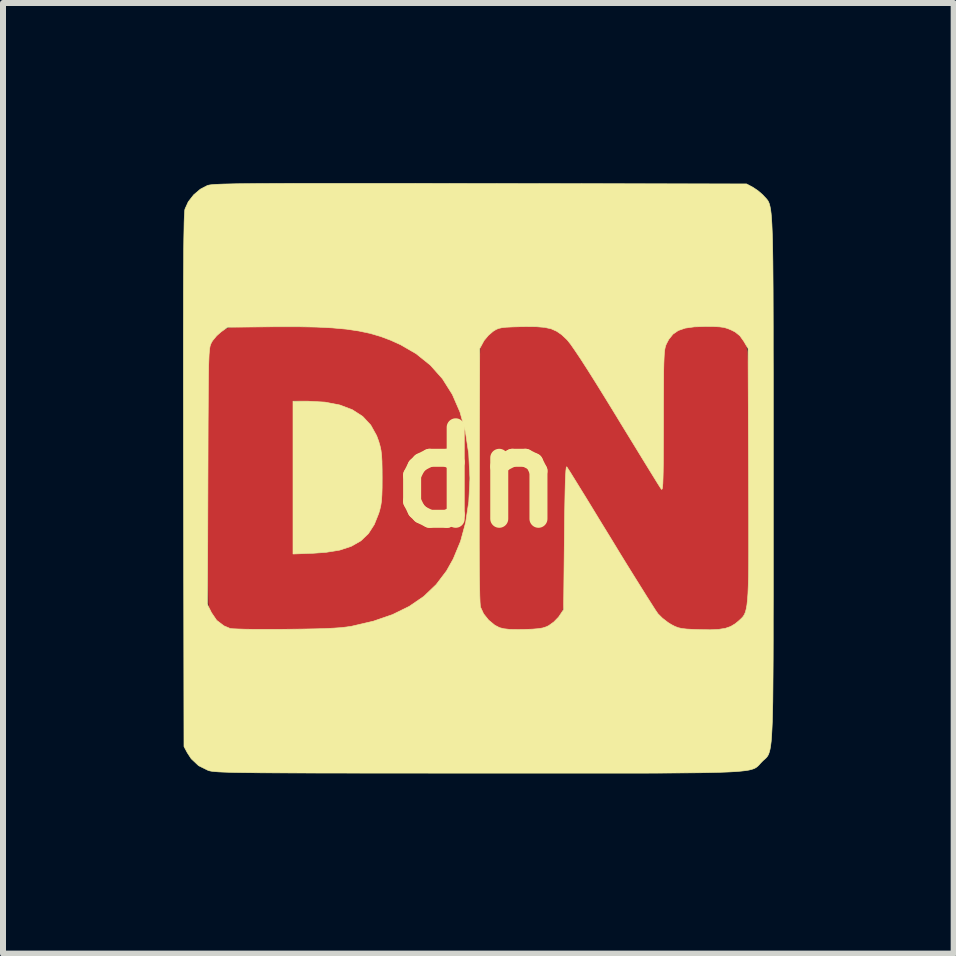
<source format=kicad_pcb>
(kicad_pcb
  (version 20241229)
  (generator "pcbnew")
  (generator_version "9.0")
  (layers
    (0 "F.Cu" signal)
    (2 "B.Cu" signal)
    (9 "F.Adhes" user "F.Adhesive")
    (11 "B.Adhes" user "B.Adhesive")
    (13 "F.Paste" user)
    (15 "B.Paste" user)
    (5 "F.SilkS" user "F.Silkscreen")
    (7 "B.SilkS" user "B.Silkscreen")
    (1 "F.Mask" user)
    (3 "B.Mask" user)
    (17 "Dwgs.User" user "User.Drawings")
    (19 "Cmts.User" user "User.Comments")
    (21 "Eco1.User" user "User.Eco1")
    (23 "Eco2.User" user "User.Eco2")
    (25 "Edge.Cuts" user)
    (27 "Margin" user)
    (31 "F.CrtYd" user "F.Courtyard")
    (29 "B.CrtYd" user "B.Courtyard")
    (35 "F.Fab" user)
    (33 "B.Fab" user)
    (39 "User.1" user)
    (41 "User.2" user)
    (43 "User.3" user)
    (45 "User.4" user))
  (footprint "dn"
    (layer "F.Cu")
    (at 4.904 4.903)
    (property "Reference" "dn" (at 0 0 0) (layer "F.SilkS") (effects (font (size 1.524 1.524) (thickness 0.3))))
    (attr through_hole)
    (fp_poly (pts (xy -3.451 -2.511) (xy -3.173 -2.508) (xy -3.124 -2.508) (xy -2.876 -2.505) (xy -2.673 -2.501) (xy -2.508 -2.497) (xy -2.374 -2.493) (xy -2.266 -2.487) (xy -2.177 -2.479) (xy -2.101 -2.47) (xy -2.031 -2.459) (xy -1.962 -2.444) (xy -1.948 -2.441) (xy -1.595 -2.345) (xy -1.285 -2.221) (xy -1.014 -2.068) (xy -0.782 -1.884) (xy -0.587 -1.667) (xy -0.426 -1.415) (xy -0.298 -1.127) (xy -0.201 -0.801) (xy -0.185 -0.732) (xy -0.163 -0.591) (xy -0.148 -0.412) (xy -0.139 -0.207) (xy -0.137 0.011) (xy -0.141 0.231) (xy -0.151 0.439) (xy -0.168 0.625) (xy -0.19 0.775) (xy -0.197 0.804) (xy -0.296 1.137) (xy -0.43 1.433) (xy -0.6 1.693) (xy -0.806 1.917) (xy -1.048 2.105) (xy -1.326 2.258) (xy -1.641 2.376) (xy -1.664 2.383) (xy -1.787 2.418) (xy -1.899 2.447) (xy -2.007 2.47) (xy -2.117 2.488) (xy -2.237 2.502) (xy -2.374 2.513) (xy -2.535 2.52) (xy -2.726 2.525) (xy -2.956 2.529) (xy -3.175 2.531) (xy -3.424 2.534) (xy -3.628 2.534) (xy -3.791 2.534) (xy -3.918 2.532) (xy -4.015 2.528) (xy -4.087 2.522) (xy -4.138 2.514) (xy -4.174 2.504) (xy -4.174 2.504) (xy -4.308 2.43) (xy -4.409 2.319) (xy -4.448 2.248) (xy -4.456 2.228) (xy -4.463 2.204) (xy -4.47 2.172) (xy -4.475 2.13) (xy -4.48 2.074) (xy -4.483 2.001) (xy -4.487 1.907) (xy -4.489 1.789) (xy -4.491 1.644) (xy -4.492 1.468) (xy -4.493 1.27) (xy -3.073 1.27) (xy -2.826 1.27) (xy -2.693 1.265) (xy -2.555 1.254) (xy -2.436 1.238) (xy -2.404 1.232) (xy -2.179 1.168) (xy -1.994 1.076) (xy -1.848 0.954) (xy -1.735 0.799) (xy -1.652 0.607) (xy -1.633 0.546) (xy -1.611 0.432) (xy -1.594 0.282) (xy -1.584 0.114) (xy -1.581 -0.058) (xy -1.586 -0.217) (xy -1.597 -0.334) (xy -1.645 -0.566) (xy -1.721 -0.761) (xy -1.827 -0.921) (xy -1.965 -1.048) (xy -2.139 -1.143) (xy -2.351 -1.21) (xy -2.604 -1.251) (xy -2.762 -1.262) (xy -3.073 -1.278) (xy -3.073 1.27) (xy -4.493 1.27) (xy -4.493 1.257) (xy -4.494 1.01) (xy -4.494 0.721) (xy -4.495 0.389) (xy -4.495 0.013) (xy -4.495 -0.367) (xy -4.494 -0.699) (xy -4.494 -0.987) (xy -4.493 -1.235) (xy -4.492 -1.445) (xy -4.491 -1.621) (xy -4.489 -1.766) (xy -4.487 -1.884) (xy -4.483 -1.978) (xy -4.48 -2.051) (xy -4.475 -2.107) (xy -4.47 -2.149) (xy -4.463 -2.18) (xy -4.456 -2.204) (xy -4.448 -2.224) (xy -4.367 -2.346) (xy -4.253 -2.442) (xy -4.145 -2.491) (xy -4.093 -2.499) (xy -3.999 -2.505) (xy -3.862 -2.509) (xy -3.68 -2.511) (xy -3.451 -2.511)) (stroke (width 0.01) (type solid)) (fill yes) (layer "F.Cu"))
    (fp_poly (pts (xy 0.838 -2.51) (xy 1.013 -2.504) (xy 1.147 -2.492) (xy 1.251 -2.472) (xy 1.334 -2.44) (xy 1.407 -2.394) (xy 1.48 -2.33) (xy 1.498 -2.312) (xy 1.528 -2.273) (xy 1.581 -2.196) (xy 1.656 -2.083) (xy 1.748 -1.94) (xy 1.856 -1.771) (xy 1.976 -1.58) (xy 2.106 -1.371) (xy 2.243 -1.149) (xy 2.324 -1.017) (xy 3.061 0.188) (xy 3.073 -0.966) (xy 3.076 -1.239) (xy 3.079 -1.465) (xy 3.082 -1.649) (xy 3.085 -1.798) (xy 3.089 -1.915) (xy 3.093 -2.005) (xy 3.098 -2.074) (xy 3.105 -2.125) (xy 3.114 -2.164) (xy 3.124 -2.195) (xy 3.137 -2.224) (xy 3.146 -2.243) (xy 3.226 -2.36) (xy 3.309 -2.434) (xy 3.354 -2.461) (xy 3.398 -2.481) (xy 3.451 -2.494) (xy 3.523 -2.502) (xy 3.626 -2.507) (xy 3.755 -2.51) (xy 3.936 -2.511) (xy 4.076 -2.503) (xy 4.184 -2.484) (xy 4.268 -2.452) (xy 4.338 -2.404) (xy 4.376 -2.368) (xy 4.401 -2.341) (xy 4.424 -2.316) (xy 4.443 -2.289) (xy 4.459 -2.256) (xy 4.473 -2.215) (xy 4.485 -2.161) (xy 4.495 -2.091) (xy 4.502 -2.003) (xy 4.509 -1.893) (xy 4.513 -1.757) (xy 4.516 -1.592) (xy 4.519 -1.395) (xy 4.52 -1.162) (xy 4.521 -0.89) (xy 4.521 -0.576) (xy 4.521 -0.216) (xy 4.521 -0.003) (xy 4.521 0.4) (xy 4.52 0.766) (xy 4.518 1.093) (xy 4.516 1.38) (xy 4.513 1.625) (xy 4.51 1.827) (xy 4.506 1.983) (xy 4.502 2.092) (xy 4.497 2.153) (xy 4.495 2.162) (xy 4.433 2.305) (xy 4.337 2.418) (xy 4.255 2.474) (xy 4.205 2.496) (xy 4.149 2.512) (xy 4.075 2.523) (xy 3.974 2.53) (xy 3.835 2.535) (xy 3.797 2.535) (xy 3.601 2.536) (xy 3.446 2.525) (xy 3.322 2.501) (xy 3.221 2.461) (xy 3.132 2.401) (xy 3.046 2.32) (xy 3.044 2.317) (xy 3.01 2.273) (xy 2.952 2.189) (xy 2.874 2.071) (xy 2.778 1.924) (xy 2.668 1.75) (xy 2.545 1.556) (xy 2.414 1.345) (xy 2.277 1.122) (xy 2.209 1.012) (xy 1.486 -0.173) (xy 1.473 0.974) (xy 1.469 1.248) (xy 1.466 1.476) (xy 1.463 1.663) (xy 1.459 1.814) (xy 1.455 1.932) (xy 1.45 2.024) (xy 1.444 2.094) (xy 1.437 2.146) (xy 1.428 2.185) (xy 1.418 2.216) (xy 1.413 2.229) (xy 1.338 2.349) (xy 1.232 2.447) (xy 1.112 2.509) (xy 1.099 2.513) (xy 1.025 2.525) (xy 0.916 2.533) (xy 0.786 2.537) (xy 0.65 2.536) (xy 0.523 2.531) (xy 0.419 2.522) (xy 0.362 2.512) (xy 0.267 2.464) (xy 0.173 2.384) (xy 0.096 2.288) (xy 0.054 2.197) (xy 0.048 2.155) (xy 0.043 2.073) (xy 0.039 1.949) (xy 0.035 1.782) (xy 0.032 1.571) (xy 0.03 1.315) (xy 0.028 1.013) (xy 0.027 0.662) (xy 0.026 0.263) (xy 0.026 -0.013) (xy 0.026 -0.39) (xy 0.026 -0.72) (xy 0.027 -1.006) (xy 0.028 -1.251) (xy 0.029 -1.459) (xy 0.03 -1.632) (xy 0.032 -1.776) (xy 0.035 -1.892) (xy 0.038 -1.984) (xy 0.042 -2.056) (xy 0.047 -2.111) (xy 0.052 -2.152) (xy 0.059 -2.183) (xy 0.066 -2.206) (xy 0.073 -2.224) (xy 0.154 -2.346) (xy 0.268 -2.441) (xy 0.376 -2.491) (xy 0.443 -2.502) (xy 0.552 -2.509) (xy 0.693 -2.512) (xy 0.838 -2.51)) (stroke (width 0.01) (type solid)) (fill yes) (layer "F.Cu"))
    (fp_poly (pts (xy -3.451 -2.511) (xy -3.173 -2.508) (xy -3.124 -2.508) (xy -2.876 -2.505) (xy -2.673 -2.501) (xy -2.508 -2.497) (xy -2.374 -2.493) (xy -2.266 -2.487) (xy -2.177 -2.479) (xy -2.101 -2.47) (xy -2.031 -2.459) (xy -1.962 -2.444) (xy -1.948 -2.441) (xy -1.595 -2.345) (xy -1.285 -2.221) (xy -1.014 -2.068) (xy -0.782 -1.884) (xy -0.587 -1.667) (xy -0.426 -1.415) (xy -0.298 -1.127) (xy -0.201 -0.801) (xy -0.185 -0.732) (xy -0.163 -0.591) (xy -0.148 -0.412) (xy -0.139 -0.207) (xy -0.137 0.011) (xy -0.141 0.231) (xy -0.151 0.439) (xy -0.168 0.625) (xy -0.19 0.775) (xy -0.197 0.804) (xy -0.296 1.137) (xy -0.43 1.433) (xy -0.6 1.693) (xy -0.806 1.917) (xy -1.048 2.105) (xy -1.326 2.258) (xy -1.641 2.376) (xy -1.664 2.383) (xy -1.787 2.418) (xy -1.899 2.447) (xy -2.007 2.47) (xy -2.117 2.488) (xy -2.237 2.502) (xy -2.374 2.513) (xy -2.535 2.52) (xy -2.726 2.525) (xy -2.956 2.529) (xy -3.175 2.531) (xy -3.424 2.534) (xy -3.628 2.534) (xy -3.791 2.534) (xy -3.918 2.532) (xy -4.015 2.528) (xy -4.087 2.522) (xy -4.138 2.514) (xy -4.174 2.504) (xy -4.174 2.504) (xy -4.308 2.43) (xy -4.409 2.319) (xy -4.448 2.248) (xy -4.456 2.228) (xy -4.463 2.204) (xy -4.47 2.172) (xy -4.475 2.13) (xy -4.48 2.074) (xy -4.483 2.001) (xy -4.487 1.907) (xy -4.489 1.789) (xy -4.491 1.644) (xy -4.492 1.468) (xy -4.493 1.27) (xy -3.073 1.27) (xy -2.826 1.27) (xy -2.693 1.265) (xy -2.555 1.254) (xy -2.436 1.238) (xy -2.404 1.232) (xy -2.179 1.168) (xy -1.994 1.076) (xy -1.848 0.954) (xy -1.735 0.799) (xy -1.652 0.607) (xy -1.633 0.546) (xy -1.611 0.432) (xy -1.594 0.282) (xy -1.584 0.114) (xy -1.581 -0.058) (xy -1.586 -0.217) (xy -1.597 -0.334) (xy -1.645 -0.566) (xy -1.721 -0.761) (xy -1.827 -0.921) (xy -1.965 -1.048) (xy -2.139 -1.143) (xy -2.351 -1.21) (xy -2.604 -1.251) (xy -2.762 -1.262) (xy -3.073 -1.278) (xy -3.073 1.27) (xy -4.493 1.27) (xy -4.493 1.257) (xy -4.494 1.01) (xy -4.494 0.721) (xy -4.495 0.389) (xy -4.495 0.013) (xy -4.495 -0.367) (xy -4.494 -0.699) (xy -4.494 -0.987) (xy -4.493 -1.235) (xy -4.492 -1.445) (xy -4.491 -1.621) (xy -4.489 -1.766) (xy -4.487 -1.884) (xy -4.483 -1.978) (xy -4.48 -2.051) (xy -4.475 -2.107) (xy -4.47 -2.149) (xy -4.463 -2.18) (xy -4.456 -2.204) (xy -4.448 -2.224) (xy -4.367 -2.346) (xy -4.253 -2.442) (xy -4.145 -2.491) (xy -4.093 -2.499) (xy -3.999 -2.505) (xy -3.862 -2.509) (xy -3.68 -2.511) (xy -3.451 -2.511)) (stroke (width 0.01) (type solid)) (fill yes) (layer "F.Mask"))
    (fp_poly (pts (xy 0.838 -2.51) (xy 1.013 -2.504) (xy 1.147 -2.492) (xy 1.251 -2.472) (xy 1.334 -2.44) (xy 1.407 -2.394) (xy 1.48 -2.33) (xy 1.498 -2.312) (xy 1.528 -2.273) (xy 1.581 -2.196) (xy 1.656 -2.083) (xy 1.748 -1.94) (xy 1.856 -1.771) (xy 1.976 -1.58) (xy 2.106 -1.371) (xy 2.243 -1.149) (xy 2.324 -1.017) (xy 3.061 0.188) (xy 3.073 -0.966) (xy 3.076 -1.239) (xy 3.079 -1.465) (xy 3.082 -1.649) (xy 3.085 -1.798) (xy 3.089 -1.915) (xy 3.093 -2.005) (xy 3.098 -2.074) (xy 3.105 -2.125) (xy 3.114 -2.164) (xy 3.124 -2.195) (xy 3.137 -2.224) (xy 3.146 -2.243) (xy 3.226 -2.36) (xy 3.309 -2.434) (xy 3.354 -2.461) (xy 3.398 -2.481) (xy 3.451 -2.494) (xy 3.523 -2.502) (xy 3.626 -2.507) (xy 3.755 -2.51) (xy 3.936 -2.511) (xy 4.076 -2.503) (xy 4.184 -2.484) (xy 4.268 -2.452) (xy 4.338 -2.404) (xy 4.376 -2.368) (xy 4.401 -2.341) (xy 4.424 -2.316) (xy 4.443 -2.289) (xy 4.459 -2.256) (xy 4.473 -2.215) (xy 4.485 -2.161) (xy 4.495 -2.091) (xy 4.502 -2.003) (xy 4.509 -1.893) (xy 4.513 -1.757) (xy 4.516 -1.592) (xy 4.519 -1.395) (xy 4.52 -1.162) (xy 4.521 -0.89) (xy 4.521 -0.576) (xy 4.521 -0.216) (xy 4.521 -0.003) (xy 4.521 0.4) (xy 4.52 0.766) (xy 4.518 1.093) (xy 4.516 1.38) (xy 4.513 1.625) (xy 4.51 1.827) (xy 4.506 1.983) (xy 4.502 2.092) (xy 4.497 2.153) (xy 4.495 2.162) (xy 4.433 2.305) (xy 4.337 2.418) (xy 4.255 2.474) (xy 4.205 2.496) (xy 4.149 2.512) (xy 4.075 2.523) (xy 3.974 2.53) (xy 3.835 2.535) (xy 3.797 2.535) (xy 3.601 2.536) (xy 3.446 2.525) (xy 3.322 2.501) (xy 3.221 2.461) (xy 3.132 2.401) (xy 3.046 2.32) (xy 3.044 2.317) (xy 3.01 2.273) (xy 2.952 2.189) (xy 2.874 2.071) (xy 2.778 1.924) (xy 2.668 1.75) (xy 2.545 1.556) (xy 2.414 1.345) (xy 2.277 1.122) (xy 2.209 1.012) (xy 1.486 -0.173) (xy 1.473 0.974) (xy 1.469 1.248) (xy 1.466 1.476) (xy 1.463 1.663) (xy 1.459 1.814) (xy 1.455 1.932) (xy 1.45 2.024) (xy 1.444 2.094) (xy 1.437 2.146) (xy 1.428 2.185) (xy 1.418 2.216) (xy 1.413 2.229) (xy 1.338 2.349) (xy 1.232 2.447) (xy 1.112 2.509) (xy 1.099 2.513) (xy 1.025 2.525) (xy 0.916 2.533) (xy 0.786 2.537) (xy 0.65 2.536) (xy 0.523 2.531) (xy 0.419 2.522) (xy 0.362 2.512) (xy 0.267 2.464) (xy 0.173 2.384) (xy 0.096 2.288) (xy 0.054 2.197) (xy 0.048 2.155) (xy 0.043 2.073) (xy 0.039 1.949) (xy 0.035 1.782) (xy 0.032 1.571) (xy 0.03 1.315) (xy 0.028 1.013) (xy 0.027 0.662) (xy 0.026 0.263) (xy 0.026 -0.013) (xy 0.026 -0.39) (xy 0.026 -0.72) (xy 0.027 -1.006) (xy 0.028 -1.251) (xy 0.029 -1.459) (xy 0.03 -1.632) (xy 0.032 -1.776) (xy 0.035 -1.892) (xy 0.038 -1.984) (xy 0.042 -2.056) (xy 0.047 -2.111) (xy 0.052 -2.152) (xy 0.059 -2.183) (xy 0.066 -2.206) (xy 0.073 -2.224) (xy 0.154 -2.346) (xy 0.268 -2.441) (xy 0.376 -2.491) (xy 0.443 -2.502) (xy 0.552 -2.509) (xy 0.693 -2.512) (xy 0.838 -2.51)) (stroke (width 0.01) (type solid)) (fill yes) (layer "F.Mask"))
    (fp_poly (pts (xy -2.826 -1.27) (xy -2.539 -1.254) (xy -2.292 -1.206) (xy -2.084 -1.127) (xy -1.912 -1.016) (xy -1.778 -0.872) (xy -1.679 -0.694) (xy -1.645 -0.601) (xy -1.623 -0.525) (xy -1.607 -0.451) (xy -1.597 -0.369) (xy -1.591 -0.268) (xy -1.588 -0.136) (xy -1.587 0) (xy -1.588 0.165) (xy -1.592 0.29) (xy -1.598 0.387) (xy -1.61 0.467) (xy -1.627 0.54) (xy -1.644 0.598) (xy -1.719 0.785) (xy -1.817 0.937) (xy -1.943 1.057) (xy -2.101 1.147) (xy -2.294 1.211) (xy -2.526 1.249) (xy -2.737 1.264) (xy -3.073 1.276) (xy -3.073 -1.27) (xy -2.826 -1.27)) (stroke (width 0.01) (type solid)) (fill yes) (layer "F.SilkS"))
    (fp_poly (pts (xy -2.016 -4.898) (xy -1.605 -4.898) (xy -1.15 -4.898) (xy -0.65 -4.897) (xy -0.102 -4.896) (xy 0.052 -4.896) (xy 4.483 -4.889) (xy 4.587 -4.834) (xy 4.672 -4.777) (xy 4.754 -4.706) (xy 4.77 -4.688) (xy 4.79 -4.667) (xy 4.808 -4.648) (xy 4.824 -4.629) (xy 4.839 -4.609) (xy 4.852 -4.584) (xy 4.864 -4.552) (xy 4.874 -4.512) (xy 4.884 -4.46) (xy 4.892 -4.395) (xy 4.899 -4.314) (xy 4.905 -4.215) (xy 4.91 -4.097) (xy 4.915 -3.955) (xy 4.918 -3.789) (xy 4.921 -3.596) (xy 4.923 -3.374) (xy 4.925 -3.12) (xy 4.926 -2.832) (xy 4.927 -2.508) (xy 4.927 -2.146) (xy 4.928 -1.743) (xy 4.928 -1.297) (xy 4.928 -0.807) (xy 4.928 -0.268) (xy 4.928 0.013) (xy 4.928 0.576) (xy 4.928 1.091) (xy 4.928 1.56) (xy 4.928 1.985) (xy 4.927 2.368) (xy 4.927 2.711) (xy 4.926 3.017) (xy 4.924 3.289) (xy 4.922 3.527) (xy 4.92 3.735) (xy 4.916 3.915) (xy 4.912 4.069) (xy 4.906 4.199) (xy 4.9 4.308) (xy 4.893 4.398) (xy 4.884 4.471) (xy 4.874 4.529) (xy 4.862 4.575) (xy 4.85 4.611) (xy 4.835 4.639) (xy 4.819 4.661) (xy 4.801 4.68) (xy 4.781 4.698) (xy 4.759 4.717) (xy 4.738 4.738) (xy 4.716 4.761) (xy 4.697 4.783) (xy 4.679 4.802) (xy 4.659 4.82) (xy 4.637 4.836) (xy 4.608 4.851) (xy 4.572 4.863) (xy 4.525 4.875) (xy 4.466 4.885) (xy 4.392 4.893) (xy 4.301 4.901) (xy 4.19 4.907) (xy 4.058 4.912) (xy 3.902 4.916) (xy 3.721 4.92) (xy 3.51 4.922) (xy 3.269 4.924) (xy 2.996 4.926) (xy 2.687 4.927) (xy 2.341 4.927) (xy 1.955 4.927) (xy 1.527 4.927) (xy 1.055 4.927) (xy 0.537 4.927) (xy 0.002 4.927) (xy -0.551 4.927) (xy -1.054 4.926) (xy -1.512 4.926) (xy -1.926 4.926) (xy -2.298 4.925) (xy -2.631 4.925) (xy -2.927 4.924) (xy -3.188 4.923) (xy -3.417 4.922) (xy -3.616 4.921) (xy -3.787 4.919) (xy -3.933 4.917) (xy -4.056 4.915) (xy -4.157 4.912) (xy -4.241 4.909) (xy -4.308 4.906) (xy -4.361 4.902) (xy -4.402 4.898) (xy -4.434 4.894) (xy -4.459 4.889) (xy -4.48 4.883) (xy -4.491 4.879) (xy -4.646 4.802) (xy -4.769 4.686) (xy -4.835 4.585) (xy -4.889 4.483) (xy -4.893 2.119) (xy -4.497 2.119) (xy -4.432 2.252) (xy -4.344 2.381) (xy -4.223 2.473) (xy -4.121 2.516) (xy -4.079 2.521) (xy -3.994 2.525) (xy -3.87 2.529) (xy -3.715 2.531) (xy -3.535 2.531) (xy -3.337 2.531) (xy -3.188 2.53) (xy -2.928 2.527) (xy -2.714 2.523) (xy -2.538 2.518) (xy -2.395 2.511) (xy -2.278 2.503) (xy -2.182 2.492) (xy -2.101 2.48) (xy -2.095 2.479) (xy -1.734 2.395) (xy -1.415 2.285) (xy -1.136 2.148) (xy -0.894 1.982) (xy -0.688 1.785) (xy -0.515 1.557) (xy -0.404 1.359) (xy -0.282 1.065) (xy -0.201 0.767) (xy 0.03 0.767) (xy 0.03 1.098) (xy 0.031 1.383) (xy 0.033 1.621) (xy 0.036 1.815) (xy 0.039 1.966) (xy 0.043 2.074) (xy 0.048 2.141) (xy 0.052 2.163) (xy 0.102 2.272) (xy 0.186 2.377) (xy 0.289 2.462) (xy 0.368 2.503) (xy 0.44 2.521) (xy 0.54 2.532) (xy 0.675 2.534) (xy 0.775 2.533) (xy 0.913 2.528) (xy 1.013 2.52) (xy 1.086 2.508) (xy 1.145 2.489) (xy 1.187 2.469) (xy 1.272 2.408) (xy 1.349 2.329) (xy 1.365 2.306) (xy 1.435 2.201) (xy 1.448 0.995) (xy 1.451 0.7) (xy 1.455 0.453) (xy 1.459 0.251) (xy 1.463 0.091) (xy 1.468 -0.028) (xy 1.473 -0.111) (xy 1.479 -0.16) (xy 1.486 -0.177) (xy 1.489 -0.175) (xy 1.507 -0.147) (xy 1.55 -0.08) (xy 1.613 0.022) (xy 1.695 0.155) (xy 1.794 0.315) (xy 1.906 0.498) (xy 2.029 0.7) (xy 2.161 0.915) (xy 2.223 1.016) (xy 2.359 1.24) (xy 2.49 1.453) (xy 2.613 1.651) (xy 2.725 1.83) (xy 2.822 1.985) (xy 2.903 2.112) (xy 2.963 2.206) (xy 3.002 2.263) (xy 3.01 2.274) (xy 3.081 2.345) (xy 3.173 2.416) (xy 3.229 2.451) (xy 3.289 2.482) (xy 3.343 2.503) (xy 3.404 2.517) (xy 3.483 2.526) (xy 3.593 2.532) (xy 3.696 2.535) (xy 3.878 2.538) (xy 4.02 2.531) (xy 4.13 2.514) (xy 4.219 2.483) (xy 4.295 2.437) (xy 4.345 2.396) (xy 4.376 2.368) (xy 4.402 2.343) (xy 4.426 2.316) (xy 4.446 2.284) (xy 4.463 2.243) (xy 4.477 2.192) (xy 4.489 2.126) (xy 4.498 2.041) (xy 4.506 1.936) (xy 4.511 1.806) (xy 4.515 1.648) (xy 4.517 1.459) (xy 4.518 1.235) (xy 4.518 0.973) (xy 4.518 0.671) (xy 4.517 0.324) (xy 4.516 -0.053) (xy 4.508 -2.146) (xy 4.436 -2.269) (xy 4.371 -2.36) (xy 4.292 -2.423) (xy 4.233 -2.453) (xy 4.169 -2.48) (xy 4.107 -2.498) (xy 4.033 -2.508) (xy 3.935 -2.513) (xy 3.803 -2.514) (xy 3.611 -2.508) (xy 3.461 -2.487) (xy 3.345 -2.447) (xy 3.257 -2.386) (xy 3.187 -2.299) (xy 3.147 -2.223) (xy 3.136 -2.196) (xy 3.127 -2.164) (xy 3.119 -2.123) (xy 3.113 -2.068) (xy 3.109 -1.994) (xy 3.105 -1.897) (xy 3.102 -1.771) (xy 3.101 -1.613) (xy 3.1 -1.417) (xy 3.099 -1.179) (xy 3.099 -0.94) (xy 3.098 -0.662) (xy 3.097 -0.431) (xy 3.096 -0.243) (xy 3.094 -0.094) (xy 3.091 0.02) (xy 3.088 0.102) (xy 3.083 0.157) (xy 3.078 0.188) (xy 3.071 0.2) (xy 3.062 0.195) (xy 3.062 0.194) (xy 3.042 0.164) (xy 2.998 0.095) (xy 2.934 -0.009) (xy 2.85 -0.145) (xy 2.751 -0.306) (xy 2.638 -0.491) (xy 2.514 -0.693) (xy 2.381 -0.91) (xy 2.32 -1.011) (xy 2.134 -1.314) (xy 1.973 -1.574) (xy 1.835 -1.793) (xy 1.72 -1.972) (xy 1.626 -2.112) (xy 1.554 -2.216) (xy 1.501 -2.283) (xy 1.485 -2.3) (xy 1.402 -2.378) (xy 1.319 -2.435) (xy 1.229 -2.475) (xy 1.12 -2.499) (xy 0.984 -2.51) (xy 0.811 -2.512) (xy 0.727 -2.511) (xy 0.583 -2.507) (xy 0.48 -2.502) (xy 0.407 -2.494) (xy 0.354 -2.482) (xy 0.311 -2.464) (xy 0.268 -2.438) (xy 0.259 -2.432) (xy 0.181 -2.365) (xy 0.112 -2.282) (xy 0.096 -2.254) (xy 0.038 -2.146) (xy 0.031 -0.043) (xy 0.03 0.387) (xy 0.03 0.767) (xy -0.201 0.767) (xy -0.196 0.749) (xy -0.145 0.405) (xy -0.127 0.027) (xy -0.127 0.007) (xy -0.146 -0.393) (xy -0.2 -0.758) (xy -0.291 -1.088) (xy -0.419 -1.383) (xy -0.583 -1.643) (xy -0.784 -1.869) (xy -1.021 -2.06) (xy -1.28 -2.21) (xy -1.446 -2.285) (xy -1.614 -2.348) (xy -1.788 -2.399) (xy -1.976 -2.439) (xy -2.184 -2.47) (xy -2.417 -2.491) (xy -2.683 -2.504) (xy -2.986 -2.51) (xy -3.333 -2.51) (xy -3.351 -2.51) (xy -4.161 -2.502) (xy -4.269 -2.426) (xy -4.345 -2.359) (xy -4.411 -2.279) (xy -4.43 -2.248) (xy -4.439 -2.229) (xy -4.448 -2.209) (xy -4.455 -2.183) (xy -4.461 -2.15) (xy -4.466 -2.104) (xy -4.471 -2.044) (xy -4.474 -1.966) (xy -4.478 -1.865) (xy -4.48 -1.74) (xy -4.482 -1.586) (xy -4.484 -1.401) (xy -4.485 -1.18) (xy -4.487 -0.921) (xy -4.488 -0.62) (xy -4.489 -0.274) (xy -4.49 -0.014) (xy -4.497 2.119) (xy -4.893 2.119) (xy -4.897 0.064) (xy -4.898 -0.52) (xy -4.898 -1.054) (xy -4.899 -1.542) (xy -4.899 -1.984) (xy -4.899 -2.382) (xy -4.898 -2.74) (xy -4.898 -3.058) (xy -4.897 -3.338) (xy -4.895 -3.582) (xy -4.894 -3.792) (xy -4.892 -3.971) (xy -4.889 -4.119) (xy -4.887 -4.238) (xy -4.884 -4.331) (xy -4.88 -4.4) (xy -4.877 -4.446) (xy -4.873 -4.47) (xy -4.818 -4.591) (xy -4.728 -4.707) (xy -4.616 -4.802) (xy -4.499 -4.863) (xy -4.48 -4.868) (xy -4.453 -4.873) (xy -4.417 -4.877) (xy -4.368 -4.881) (xy -4.304 -4.884) (xy -4.224 -4.887) (xy -4.126 -4.889) (xy -4.006 -4.892) (xy -3.862 -4.893) (xy -3.693 -4.895) (xy -3.496 -4.896) (xy -3.269 -4.897) (xy -3.01 -4.898) (xy -2.716 -4.898) (xy -2.385 -4.898) (xy -2.016 -4.898)) (stroke (width 0.01) (type solid)) (fill yes) (layer "F.SilkS")))
  (gr_rect
    (start -3 -3)
    (end 12.837 12.836)
    (stroke (width 0.1) (type default))
    (fill no)
    (layer "Edge.Cuts")))
</source>
